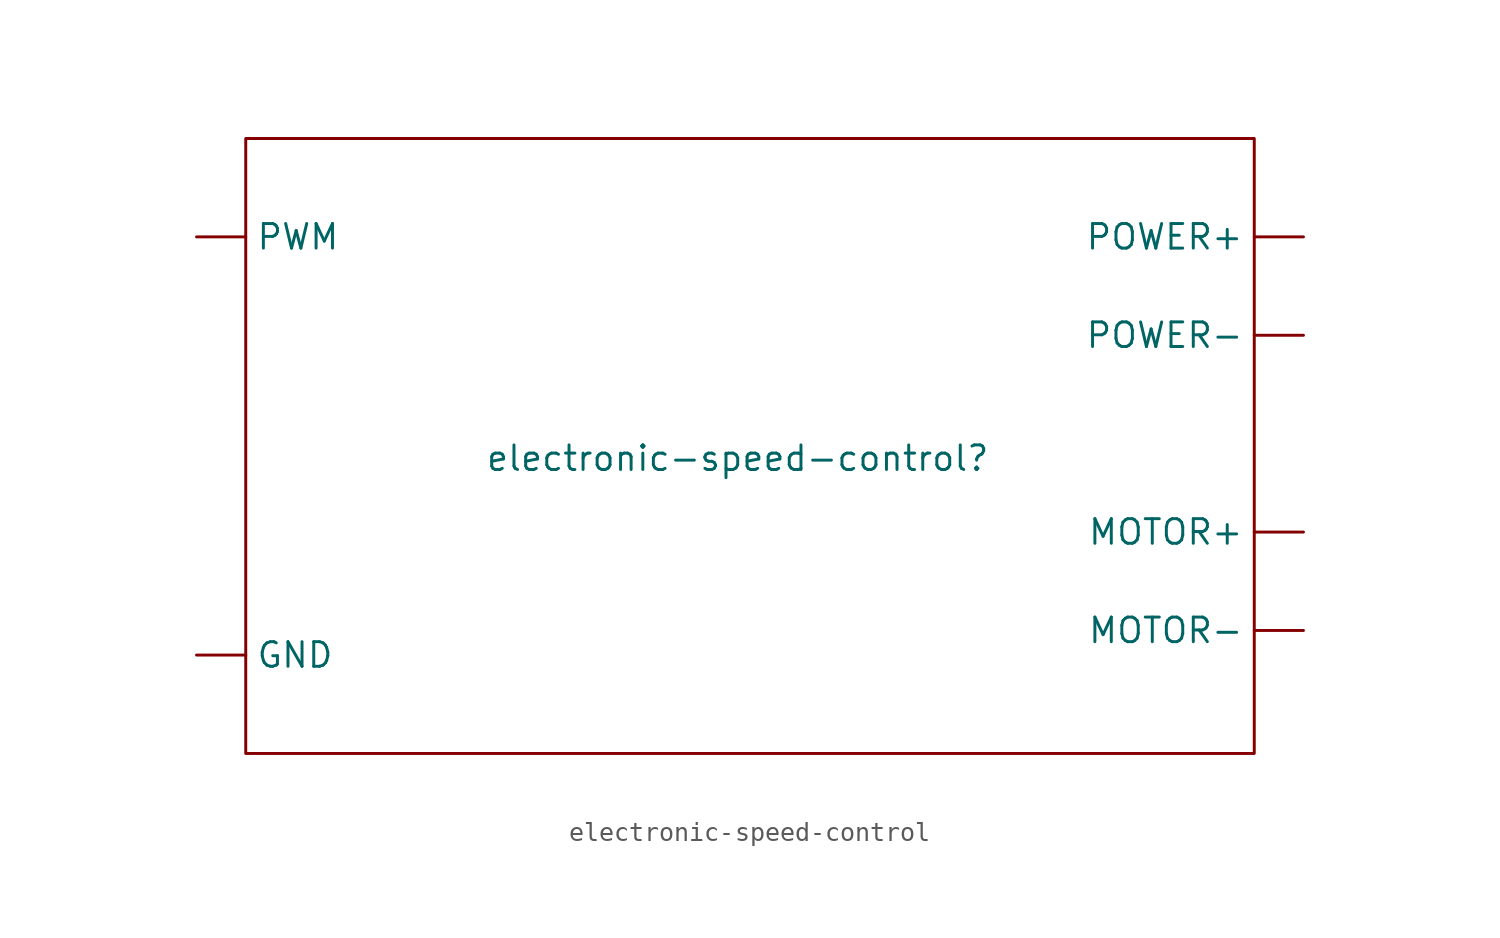
<source format=kicad_sym>
(kicad_symbol_lib
  (version 20220914)
  (generator kicad_symbol_editor)
  (symbol "electronic-speed-control"
    (property "Reference" "electronic-speed-control"
      (at 0 0 0)
      (effects (font (size 1.27 1.27))))
    (property "Value" ""
      (at 0 0 0)
      (effects (font (size 1.27 1.27))))
    (symbol "electronic-speed-control_0_1"
      (rectangle (start -25.4 16.51) (end 26.67 -15.24) (stroke (width 0) (type default)) (fill (type none))))
    (symbol "electronic-speed-control_1_1"
      (pin input line (at -27.94 -10.16 0) (length 2.54) (name "GND" (effects (font (size 1.27 1.27)))) (number "" (effects (font (size 1.27 1.27)))))
      (pin power_out line (at 29.21 -3.81 180) (length 2.54) (name "MOTOR+" (effects (font (size 1.27 1.27)))) (number "" (effects (font (size 1.27 1.27)))))
      (pin power_out line (at 29.21 -8.89 180) (length 2.54) (name "MOTOR-" (effects (font (size 1.27 1.27)))) (number "" (effects (font (size 1.27 1.27)))))
      (pin power_in line (at 29.21 11.43 180) (length 2.54) (name "POWER+" (effects (font (size 1.27 1.27)))) (number "" (effects (font (size 1.27 1.27)))))
      (pin power_in line (at 29.21 6.35 180) (length 2.54) (name "POWER-" (effects (font (size 1.27 1.27)))) (number "" (effects (font (size 1.27 1.27)))))
      (pin input line (at -27.94 11.43 0) (length 2.54) (name "PWM" (effects (font (size 1.27 1.27)))) (number "" (effects (font (size 1.27 1.27))))))))
</source>
